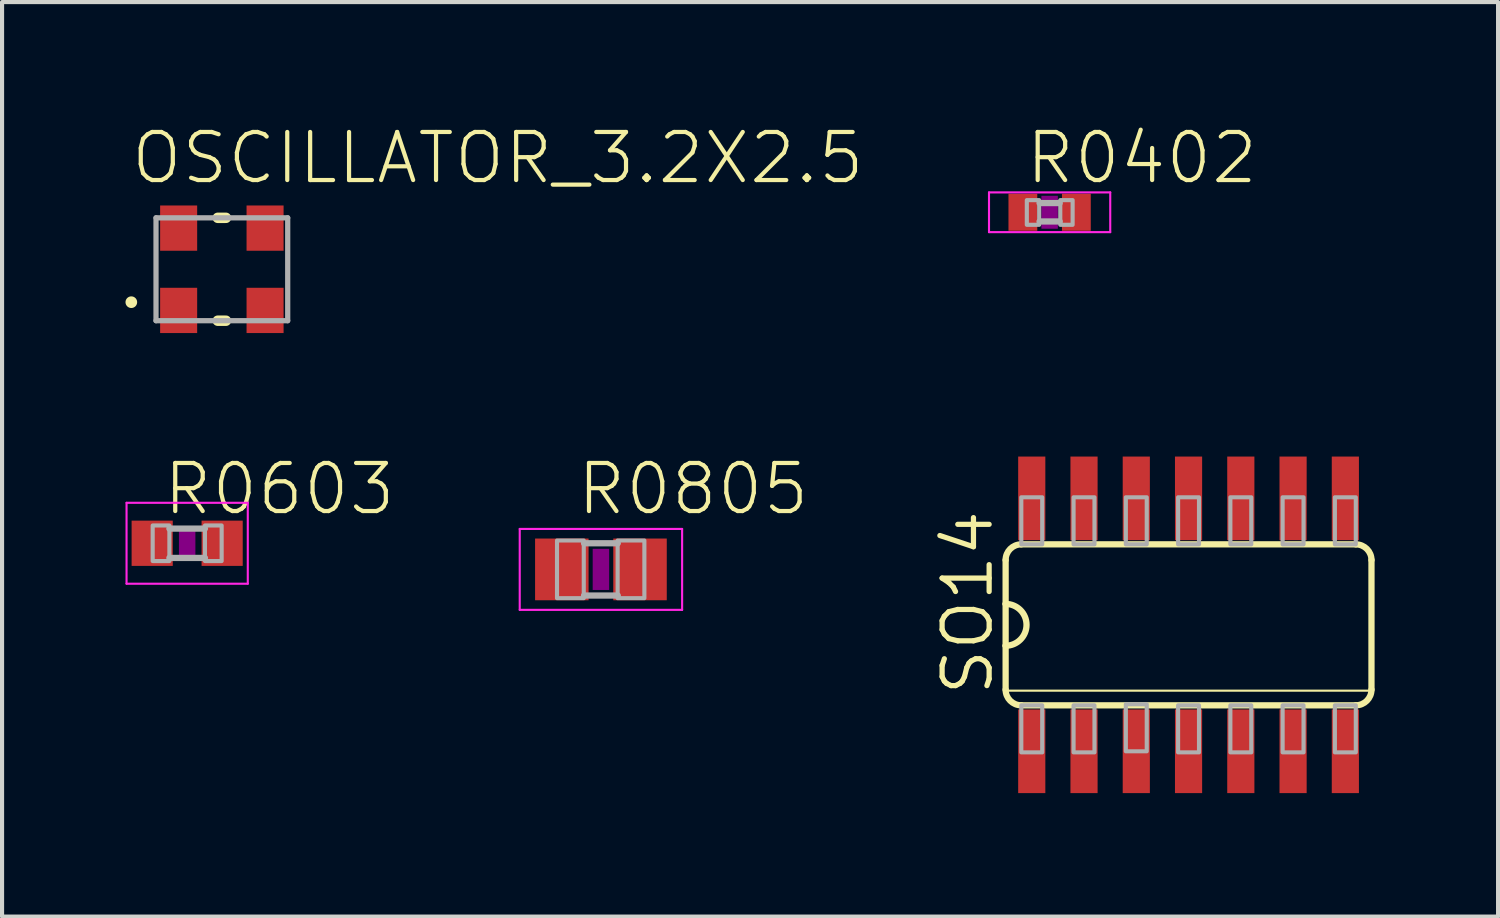
<source format=kicad_pcb>
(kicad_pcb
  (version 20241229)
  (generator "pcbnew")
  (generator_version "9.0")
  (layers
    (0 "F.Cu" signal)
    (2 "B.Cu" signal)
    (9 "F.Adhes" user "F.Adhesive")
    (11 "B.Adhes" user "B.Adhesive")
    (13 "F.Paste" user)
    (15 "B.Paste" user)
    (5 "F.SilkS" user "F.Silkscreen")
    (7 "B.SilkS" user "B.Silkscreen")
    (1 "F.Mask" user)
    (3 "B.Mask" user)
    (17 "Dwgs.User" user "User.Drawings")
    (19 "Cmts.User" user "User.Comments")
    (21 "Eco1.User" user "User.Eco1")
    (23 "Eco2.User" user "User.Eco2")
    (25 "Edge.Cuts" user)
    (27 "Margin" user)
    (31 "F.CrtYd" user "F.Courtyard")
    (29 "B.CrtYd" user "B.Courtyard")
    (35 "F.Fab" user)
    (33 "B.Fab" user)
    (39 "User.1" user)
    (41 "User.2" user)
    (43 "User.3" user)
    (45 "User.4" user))
  (footprint "R0805"
    (layer "F.Cu")
    (at 11.552 10.786)
    (property "Reference" "R0805" (at -0.635 -1.27 0) (layer "F.SilkS") (effects (font (size 1.168 1.168) (thickness 0.102)) (justify left bottom)))
    (fp_poly (pts (xy -0.2 0.5) (xy 0.2 0.5) (xy 0.2 -0.5) (xy -0.2 -0.5)) (stroke (width 0) (type solid)) (fill yes) (layer "F.Adhes"))
    (fp_line (start -1.973 -0.983) (end 1.973 -0.983) (stroke (width 0.051) (type solid)) (layer "F.CrtYd"))
    (fp_line (start -1.973 0.983) (end -1.973 -0.983) (stroke (width 0.051) (type solid)) (layer "F.CrtYd"))
    (fp_line (start 1.973 -0.983) (end 1.973 0.983) (stroke (width 0.051) (type solid)) (layer "F.CrtYd"))
    (fp_line (start 1.973 0.983) (end -1.973 0.983) (stroke (width 0.051) (type solid)) (layer "F.CrtYd"))
    (fp_line (start -0.41 -0.635) (end 0.41 -0.635) (stroke (width 0.152) (type solid)) (layer "F.Fab"))
    (fp_line (start -0.41 0.635) (end 0.41 0.635) (stroke (width 0.152) (type solid)) (layer "F.Fab"))
    (fp_poly (pts (xy -1.067 0.699) (xy -0.417 0.699) (xy -0.417 -0.702) (xy -1.067 -0.702)) (stroke (width 0.1) (type solid)) (fill no) (layer "F.Fab"))
    (fp_poly (pts (xy 0.406 0.699) (xy 1.056 0.699) (xy 1.056 -0.702) (xy 0.406 -0.702)) (stroke (width 0.1) (type solid)) (fill no) (layer "F.Fab"))
    (pad "1" smd rect (at -0.95 0) (size 1.3 1.5) (layers "F.Cu" "F.Mask" "F.Paste"))
    (pad "2" smd rect (at 0.95 0) (size 1.3 1.5) (layers "F.Cu" "F.Mask" "F.Paste")))
  (footprint "R0603"
    (layer "F.Cu")
    (at 1.498 10.151)
    (property "Reference" "R0603" (at -0.635 -0.635 0) (layer "F.SilkS") (effects (font (size 1.168 1.168) (thickness 0.102)) (justify left bottom)))
    (fp_poly (pts (xy -0.2 0.4) (xy 0.2 0.4) (xy 0.2 -0.4) (xy -0.2 -0.4)) (stroke (width 0) (type solid)) (fill yes) (layer "F.Adhes"))
    (fp_line (start -1.473 -0.983) (end 1.473 -0.983) (stroke (width 0.051) (type solid)) (layer "F.CrtYd"))
    (fp_line (start -1.473 0.983) (end -1.473 -0.983) (stroke (width 0.051) (type solid)) (layer "F.CrtYd"))
    (fp_line (start 1.473 -0.983) (end 1.473 0.983) (stroke (width 0.051) (type solid)) (layer "F.CrtYd"))
    (fp_line (start 1.473 0.983) (end -1.473 0.983) (stroke (width 0.051) (type solid)) (layer "F.CrtYd"))
    (fp_line (start -0.432 0.356) (end 0.432 0.356) (stroke (width 0.152) (type solid)) (layer "F.Fab"))
    (fp_line (start 0.432 -0.356) (end -0.432 -0.356) (stroke (width 0.152) (type solid)) (layer "F.Fab"))
    (fp_poly (pts (xy -0.838 0.432) (xy -0.432 0.432) (xy -0.432 -0.432) (xy -0.838 -0.432)) (stroke (width 0.1) (type solid)) (fill no) (layer "F.Fab"))
    (fp_poly (pts (xy 0.432 0.432) (xy 0.838 0.432) (xy 0.838 -0.432) (xy 0.432 -0.432)) (stroke (width 0.1) (type solid)) (fill no) (layer "F.Fab"))
    (pad "1" smd rect (at -0.85 0) (size 1 1.1) (layers "F.Cu" "F.Mask" "F.Paste"))
    (pad "2" smd rect (at 0.85 0) (size 1 1.1) (layers "F.Cu" "F.Mask" "F.Paste")))
  (footprint "R0402"
    (layer "F.Cu")
    (at 22.455 2.108)
    (property "Reference" "R0402" (at -0.635 -0.635 0) (layer "F.SilkS") (effects (font (size 1.168 1.168) (thickness 0.102)) (justify left bottom)))
    (fp_poly (pts (xy -0.2 0.4) (xy 0.2 0.4) (xy 0.2 -0.4) (xy -0.2 -0.4)) (stroke (width 0) (type solid)) (fill yes) (layer "F.Adhes"))
    (fp_line (start -1.473 -0.483) (end 1.473 -0.483) (stroke (width 0.051) (type solid)) (layer "F.CrtYd"))
    (fp_line (start -1.473 0.483) (end -1.473 -0.483) (stroke (width 0.051) (type solid)) (layer "F.CrtYd"))
    (fp_line (start 1.473 -0.483) (end 1.473 0.483) (stroke (width 0.051) (type solid)) (layer "F.CrtYd"))
    (fp_line (start 1.473 0.483) (end -1.473 0.483) (stroke (width 0.051) (type solid)) (layer "F.CrtYd"))
    (fp_line (start -0.245 -0.224) (end 0.245 -0.224) (stroke (width 0.152) (type solid)) (layer "F.Fab"))
    (fp_line (start 0.245 0.224) (end -0.245 0.224) (stroke (width 0.152) (type solid)) (layer "F.Fab"))
    (fp_poly (pts (xy -0.554 0.305) (xy -0.254 0.305) (xy -0.254 -0.295) (xy -0.554 -0.295)) (stroke (width 0.1) (type solid)) (fill no) (layer "F.Fab"))
    (fp_poly (pts (xy 0.259 0.305) (xy 0.559 0.305) (xy 0.559 -0.295) (xy 0.259 -0.295)) (stroke (width 0.1) (type solid)) (fill no) (layer "F.Fab"))
    (pad "1" smd rect (at -0.65 0) (size 0.7 0.9) (layers "F.Cu" "F.Mask" "F.Paste"))
    (pad "2" smd rect (at 0.65 0) (size 0.7 0.9) (layers "F.Cu" "F.Mask" "F.Paste")))
  (footprint "SO14"
    (layer "F.Cu")
    (at 25.831 12.133)
    (property "Reference" "SO14" (at -4.699 1.778 90) (layer "F.SilkS") (effects (font (size 1.143 1.143) (thickness 0.127)) (justify left bottom)))
    (fp_line (start -4.445 -1.575) (end -4.445 -0.508) (stroke (width 0.152) (type solid)) (layer "F.SilkS"))
    (fp_line (start -4.445 -0.508) (end -4.445 0.508) (stroke (width 0.152) (type solid)) (layer "F.SilkS"))
    (fp_line (start -4.445 0.508) (end -4.445 1.575) (stroke (width 0.152) (type solid)) (layer "F.SilkS"))
    (fp_line (start -4.445 1.6) (end 4.445 1.6) (stroke (width 0.051) (type solid)) (layer "F.SilkS"))
    (fp_line (start -4.064 1.956) (end 4.064 1.956) (stroke (width 0.152) (type solid)) (layer "F.SilkS"))
    (fp_line (start 4.064 -1.956) (end -4.064 -1.956) (stroke (width 0.152) (type solid)) (layer "F.SilkS"))
    (fp_line (start 4.445 1.575) (end 4.445 -1.575) (stroke (width 0.152) (type solid)) (layer "F.SilkS"))
    (fp_arc (start -4.445 -1.5748) (mid -4.333408 -1.844208) (end -4.064 -1.9558) (stroke (width 0.1524) (type solid)) (layer "F.SilkS"))
    (fp_arc (start -4.445 -0.508) (mid -3.937 0) (end -4.445 0.508) (stroke (width 0.1524) (type solid)) (layer "F.SilkS"))
    (fp_arc (start -4.064 1.9558) (mid -4.333408 1.844208) (end -4.445 1.5748) (stroke (width 0.1524) (type solid)) (layer "F.SilkS"))
    (fp_arc (start 4.064 -1.9558) (mid 4.333408 -1.844208) (end 4.445 -1.5748) (stroke (width 0.1524) (type solid)) (layer "F.SilkS"))
    (fp_arc (start 4.445 1.5748) (mid 4.333408 1.844208) (end 4.064 1.9558) (stroke (width 0.1524) (type solid)) (layer "F.SilkS"))
    (fp_poly (pts (xy -4.064 -1.956) (xy -3.556 -1.956) (xy -3.556 -3.099) (xy -4.064 -3.099)) (stroke (width 0.1) (type solid)) (fill no) (layer "F.Fab"))
    (fp_poly (pts (xy -4.064 3.099) (xy -3.556 3.099) (xy -3.556 1.956) (xy -4.064 1.956)) (stroke (width 0.1) (type solid)) (fill no) (layer "F.Fab"))
    (fp_poly (pts (xy -2.794 -1.956) (xy -2.286 -1.956) (xy -2.286 -3.099) (xy -2.794 -3.099)) (stroke (width 0.1) (type solid)) (fill no) (layer "F.Fab"))
    (fp_poly (pts (xy -2.794 3.099) (xy -2.286 3.099) (xy -2.286 1.956) (xy -2.794 1.956)) (stroke (width 0.1) (type solid)) (fill no) (layer "F.Fab"))
    (fp_poly (pts (xy -1.524 -1.956) (xy -1.016 -1.956) (xy -1.016 -3.099) (xy -1.524 -3.099)) (stroke (width 0.1) (type solid)) (fill no) (layer "F.Fab"))
    (fp_poly (pts (xy -1.524 3.073) (xy -1.016 3.073) (xy -1.016 1.93) (xy -1.524 1.93)) (stroke (width 0.1) (type solid)) (fill no) (layer "F.Fab"))
    (fp_poly (pts (xy -0.254 -1.956) (xy 0.254 -1.956) (xy 0.254 -3.099) (xy -0.254 -3.099)) (stroke (width 0.1) (type solid)) (fill no) (layer "F.Fab"))
    (fp_poly (pts (xy -0.254 3.099) (xy 0.254 3.099) (xy 0.254 1.956) (xy -0.254 1.956)) (stroke (width 0.1) (type solid)) (fill no) (layer "F.Fab"))
    (fp_poly (pts (xy 1.016 -1.956) (xy 1.524 -1.956) (xy 1.524 -3.099) (xy 1.016 -3.099)) (stroke (width 0.1) (type solid)) (fill no) (layer "F.Fab"))
    (fp_poly (pts (xy 1.016 3.099) (xy 1.524 3.099) (xy 1.524 1.956) (xy 1.016 1.956)) (stroke (width 0.1) (type solid)) (fill no) (layer "F.Fab"))
    (fp_poly (pts (xy 2.286 -1.956) (xy 2.794 -1.956) (xy 2.794 -3.099) (xy 2.286 -3.099)) (stroke (width 0.1) (type solid)) (fill no) (layer "F.Fab"))
    (fp_poly (pts (xy 2.286 3.099) (xy 2.794 3.099) (xy 2.794 1.956) (xy 2.286 1.956)) (stroke (width 0.1) (type solid)) (fill no) (layer "F.Fab"))
    (fp_poly (pts (xy 3.556 -1.956) (xy 4.064 -1.956) (xy 4.064 -3.099) (xy 3.556 -3.099)) (stroke (width 0.1) (type solid)) (fill no) (layer "F.Fab"))
    (fp_poly (pts (xy 3.556 3.099) (xy 4.064 3.099) (xy 4.064 1.956) (xy 3.556 1.956)) (stroke (width 0.1) (type solid)) (fill no) (layer "F.Fab"))
    (pad "1" smd rect (at -3.81 3.073) (size 0.66 2.032) (layers "F.Cu" "F.Mask" "F.Paste"))
    (pad "2" smd rect (at -2.54 3.073) (size 0.66 2.032) (layers "F.Cu" "F.Mask" "F.Paste"))
    (pad "3" smd rect (at -1.27 3.073) (size 0.66 2.032) (layers "F.Cu" "F.Mask" "F.Paste"))
    (pad "4" smd rect (at 0 3.073) (size 0.66 2.032) (layers "F.Cu" "F.Mask" "F.Paste"))
    (pad "5" smd rect (at 1.27 3.073) (size 0.66 2.032) (layers "F.Cu" "F.Mask" "F.Paste"))
    (pad "6" smd rect (at 2.54 3.073) (size 0.66 2.032) (layers "F.Cu" "F.Mask" "F.Paste"))
    (pad "7" smd rect (at 3.81 3.073) (size 0.66 2.032) (layers "F.Cu" "F.Mask" "F.Paste"))
    (pad "8" smd rect (at 3.81 -3.073) (size 0.66 2.032) (layers "F.Cu" "F.Mask" "F.Paste"))
    (pad "9" smd rect (at 2.54 -3.073) (size 0.66 2.032) (layers "F.Cu" "F.Mask" "F.Paste"))
    (pad "10" smd rect (at 1.27 -3.073) (size 0.66 2.032) (layers "F.Cu" "F.Mask" "F.Paste"))
    (pad "11" smd rect (at 0 -3.073) (size 0.66 2.032) (layers "F.Cu" "F.Mask" "F.Paste"))
    (pad "12" smd rect (at -1.27 -3.073) (size 0.66 2.032) (layers "F.Cu" "F.Mask" "F.Paste"))
    (pad "13" smd rect (at -2.54 -3.073) (size 0.66 2.032) (layers "F.Cu" "F.Mask" "F.Paste"))
    (pad "14" smd rect (at -3.81 -3.073) (size 0.66 2.032) (layers "F.Cu" "F.Mask" "F.Paste")))
  (footprint "OSCILLATOR_3.2X2.5"
    (layer "F.Cu")
    (at 2.341 3.493)
    (property "Reference" "OSCILLATOR_3.2X2.5" (at -2.26 -2.02 0) (layer "F.SilkS") (effects (font (size 1.168 1.168) (thickness 0.102)) (justify left bottom)))
    (fp_line (start -0.1 -1.25) (end 0.1 -1.25) (stroke (width 0.254) (type solid)) (layer "F.SilkS"))
    (fp_line (start -0.1 1.25) (end 0.1 1.25) (stroke (width 0.254) (type solid)) (layer "F.SilkS"))
    (fp_circle (center -2.2 0.8) (end -2.129 0.8) (stroke (width 0.141) (type solid)) (fill yes) (layer "F.SilkS"))
    (fp_line (start -1.6 -1.25) (end 1.6 -1.25) (stroke (width 0.127) (type solid)) (layer "F.Fab"))
    (fp_line (start -1.6 1.25) (end -1.6 -1.25) (stroke (width 0.127) (type solid)) (layer "F.Fab"))
    (fp_line (start 1.6 -1.25) (end 1.6 1.25) (stroke (width 0.127) (type solid)) (layer "F.Fab"))
    (fp_line (start 1.6 1.25) (end -1.6 1.25) (stroke (width 0.127) (type solid)) (layer "F.Fab"))
    (pad "P$1" smd rect (at -1.05 1) (size 0.9 1.1) (layers "F.Cu" "F.Mask" "F.Paste"))
    (pad "P$2" smd rect (at 1.05 1) (size 0.9 1.1) (layers "F.Cu" "F.Mask" "F.Paste"))
    (pad "P$3" smd rect (at 1.05 -1) (size 0.9 1.1) (layers "F.Cu" "F.Mask" "F.Paste"))
    (pad "P$4" smd rect (at -1.05 -1) (size 0.9 1.1) (layers "F.Cu" "F.Mask" "F.Paste")))
  (gr_rect
    (start -3 -3)
    (end 33.352 19.222)
    (stroke (width 0.1) (type default))
    (fill no)
    (layer "Edge.Cuts")))
</source>
